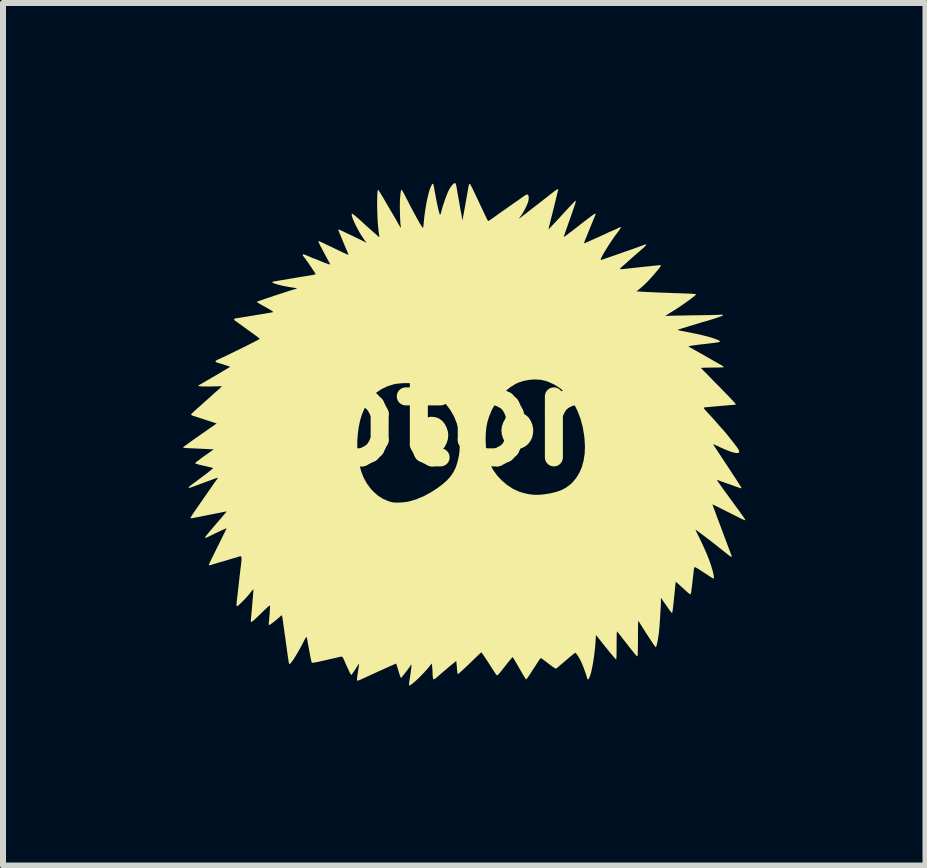
<source format=kicad_pcb>
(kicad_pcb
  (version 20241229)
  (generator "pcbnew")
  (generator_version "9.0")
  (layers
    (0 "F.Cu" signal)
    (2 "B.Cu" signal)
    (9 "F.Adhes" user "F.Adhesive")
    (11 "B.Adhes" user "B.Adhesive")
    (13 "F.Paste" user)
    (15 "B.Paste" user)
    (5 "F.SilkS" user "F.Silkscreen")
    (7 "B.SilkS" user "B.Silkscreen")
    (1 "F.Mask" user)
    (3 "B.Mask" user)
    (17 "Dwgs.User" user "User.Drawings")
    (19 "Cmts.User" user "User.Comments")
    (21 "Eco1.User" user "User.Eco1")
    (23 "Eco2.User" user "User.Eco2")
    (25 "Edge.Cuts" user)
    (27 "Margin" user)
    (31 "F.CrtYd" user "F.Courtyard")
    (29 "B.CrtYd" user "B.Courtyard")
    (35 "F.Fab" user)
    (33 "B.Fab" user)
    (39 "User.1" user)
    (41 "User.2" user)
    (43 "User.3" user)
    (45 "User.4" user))
  (footprint "totoro"
    (layer "F.Cu")
    (at 4.726 3.88)
    (property "Reference" "totoro" (at 0 0 0) (layer "F.SilkS") (effects (font (size 1.524 1.524) (thickness 0.3))))
    (attr board_only exclude_from_pos_files exclude_from_bom)
    (fp_poly (pts (xy -0.517 0.021) (xy -0.459 0.044) (xy -0.409 0.081) (xy -0.367 0.131) (xy -0.335 0.195) (xy -0.313 0.265) (xy -0.308 0.327) (xy -0.316 0.391) (xy -0.336 0.453) (xy -0.366 0.511) (xy -0.405 0.561) (xy -0.452 0.599) (xy -0.47 0.61) (xy -0.506 0.623) (xy -0.55 0.631) (xy -0.596 0.634) (xy -0.636 0.631) (xy -0.651 0.628) (xy -0.702 0.604) (xy -0.749 0.565) (xy -0.791 0.515) (xy -0.824 0.455) (xy -0.832 0.435) (xy -0.846 0.377) (xy -0.849 0.312) (xy -0.841 0.247) (xy -0.822 0.186) (xy -0.818 0.178) (xy -0.782 0.116) (xy -0.736 0.068) (xy -0.684 0.035) (xy -0.624 0.016) (xy -0.582 0.013)) (stroke (width 0) (type solid)) (fill yes) (layer "F.SilkS"))
    (fp_poly (pts (xy 0.883 -0.055) (xy 0.909 -0.052) (xy 0.928 -0.047) (xy 0.947 -0.038) (xy 0.959 -0.031) (xy 0.996 -0.005) (xy 1.024 0.019) (xy 1.046 0.048) (xy 1.066 0.081) (xy 1.093 0.147) (xy 1.107 0.217) (xy 1.105 0.287) (xy 1.09 0.355) (xy 1.06 0.418) (xy 1.026 0.463) (xy 0.979 0.503) (xy 0.926 0.532) (xy 0.869 0.548) (xy 0.813 0.549) (xy 0.785 0.544) (xy 0.73 0.521) (xy 0.68 0.484) (xy 0.639 0.436) (xy 0.607 0.379) (xy 0.586 0.315) (xy 0.577 0.246) (xy 0.577 0.241) (xy 0.585 0.176) (xy 0.605 0.113) (xy 0.637 0.054) (xy 0.679 0.004) (xy 0.728 -0.033) (xy 0.734 -0.037) (xy 0.755 -0.046) (xy 0.779 -0.052) (xy 0.81 -0.055) (xy 0.845 -0.055)) (stroke (width 0) (type solid)) (fill yes) (layer "F.SilkS"))
    (fp_poly (pts (xy -0.191 -3.878) (xy -0.185 -3.871) (xy -0.18 -3.857) (xy -0.174 -3.832) (xy -0.167 -3.795) (xy -0.162 -3.767) (xy -0.155 -3.722) (xy -0.147 -3.678) (xy -0.141 -3.642) (xy -0.136 -3.618) (xy -0.136 -3.616) (xy -0.131 -3.591) (xy -0.125 -3.555) (xy -0.118 -3.514) (xy -0.114 -3.493) (xy -0.106 -3.445) (xy -0.096 -3.393) (xy -0.087 -3.345) (xy -0.085 -3.332) (xy -0.071 -3.256) (xy -0.065 -3.294) (xy -0.059 -3.327) (xy -0.053 -3.363) (xy -0.05 -3.374) (xy -0.046 -3.401) (xy -0.039 -3.438) (xy -0.031 -3.481) (xy -0.025 -3.515) (xy -0.017 -3.562) (xy -0.008 -3.612) (xy -0.00004 -3.657) (xy 0.004 -3.68) (xy 0.012 -3.723) (xy 0.02 -3.77) (xy 0.027 -3.81) (xy 0.033 -3.839) (xy 0.04 -3.861) (xy 0.046 -3.871) (xy 0.047 -3.871) (xy 0.054 -3.864) (xy 0.066 -3.844) (xy 0.082 -3.815) (xy 0.1 -3.779) (xy 0.102 -3.776) (xy 0.141 -3.693) (xy 0.175 -3.622) (xy 0.203 -3.562) (xy 0.228 -3.509) (xy 0.252 -3.46) (xy 0.274 -3.412) (xy 0.288 -3.383) (xy 0.311 -3.334) (xy 0.328 -3.298) (xy 0.34 -3.274) (xy 0.348 -3.259) (xy 0.353 -3.251) (xy 0.357 -3.247) (xy 0.359 -3.247) (xy 0.367 -3.252) (xy 0.386 -3.264) (xy 0.409 -3.279) (xy 0.49 -3.337) (xy 0.565 -3.391) (xy 0.634 -3.439) (xy 0.695 -3.482) (xy 0.746 -3.518) (xy 0.786 -3.546) (xy 0.806 -3.56) (xy 0.846 -3.587) (xy 0.889 -3.618) (xy 0.929 -3.646) (xy 0.932 -3.649) (xy 0.961 -3.669) (xy 0.986 -3.683) (xy 1.004 -3.691) (xy 1.008 -3.691) (xy 1.023 -3.68) (xy 1.031 -3.657) (xy 1.032 -3.624) (xy 1.026 -3.584) (xy 1.019 -3.557) (xy 1.002 -3.514) (xy 0.978 -3.463) (xy 0.95 -3.41) (xy 0.92 -3.36) (xy 0.891 -3.319) (xy 0.888 -3.315) (xy 0.88 -3.305) (xy 0.874 -3.297) (xy 0.872 -3.292) (xy 0.874 -3.292) (xy 0.881 -3.296) (xy 0.894 -3.305) (xy 0.916 -3.321) (xy 0.945 -3.344) (xy 0.985 -3.374) (xy 1.035 -3.413) (xy 1.096 -3.461) (xy 1.138 -3.493) (xy 1.197 -3.539) (xy 1.254 -3.583) (xy 1.307 -3.625) (xy 1.355 -3.662) (xy 1.395 -3.694) (xy 1.425 -3.717) (xy 1.44 -3.729) (xy 1.477 -3.756) (xy 1.504 -3.772) (xy 1.521 -3.778) (xy 1.526 -3.772) (xy 1.524 -3.763) (xy 1.518 -3.747) (xy 1.511 -3.72) (xy 1.507 -3.701) (xy 1.501 -3.678) (xy 1.492 -3.643) (xy 1.481 -3.595) (xy 1.466 -3.534) (xy 1.447 -3.459) (xy 1.425 -3.369) (xy 1.398 -3.264) (xy 1.389 -3.226) (xy 1.379 -3.184) (xy 1.37 -3.149) (xy 1.365 -3.124) (xy 1.362 -3.11) (xy 1.362 -3.109) (xy 1.368 -3.115) (xy 1.384 -3.131) (xy 1.409 -3.157) (xy 1.441 -3.192) (xy 1.479 -3.232) (xy 1.522 -3.278) (xy 1.546 -3.304) (xy 1.608 -3.372) (xy 1.661 -3.429) (xy 1.703 -3.475) (xy 1.738 -3.511) (xy 1.764 -3.539) (xy 1.784 -3.56) (xy 1.798 -3.574) (xy 1.807 -3.582) (xy 1.813 -3.586) (xy 1.815 -3.586) (xy 1.816 -3.584) (xy 1.816 -3.58) (xy 1.816 -3.578) (xy 1.814 -3.565) (xy 1.807 -3.539) (xy 1.794 -3.499) (xy 1.776 -3.445) (xy 1.752 -3.376) (xy 1.722 -3.292) (xy 1.711 -3.26) (xy 1.684 -3.184) (xy 1.661 -3.118) (xy 1.642 -3.065) (xy 1.628 -3.023) (xy 1.62 -2.996) (xy 1.617 -2.983) (xy 1.617 -2.982) (xy 1.618 -2.982) (xy 1.622 -2.984) (xy 1.629 -2.988) (xy 1.641 -2.997) (xy 1.659 -3.01) (xy 1.683 -3.028) (xy 1.715 -3.053) (xy 1.756 -3.084) (xy 1.807 -3.123) (xy 1.869 -3.172) (xy 1.943 -3.229) (xy 2.003 -3.275) (xy 2.051 -3.312) (xy 2.088 -3.34) (xy 2.115 -3.358) (xy 2.133 -3.369) (xy 2.143 -3.371) (xy 2.146 -3.367) (xy 2.144 -3.355) (xy 2.138 -3.338) (xy 2.128 -3.314) (xy 2.127 -3.311) (xy 2.119 -3.292) (xy 2.106 -3.261) (xy 2.089 -3.22) (xy 2.07 -3.173) (xy 2.049 -3.121) (xy 2.027 -3.068) (xy 2.007 -3.017) (xy 1.988 -2.971) (xy 1.972 -2.932) (xy 1.961 -2.903) (xy 1.955 -2.888) (xy 1.954 -2.881) (xy 1.959 -2.879) (xy 1.973 -2.883) (xy 1.998 -2.893) (xy 2.035 -2.909) (xy 2.05 -2.916) (xy 2.083 -2.932) (xy 2.111 -2.944) (xy 2.129 -2.952) (xy 2.135 -2.954) (xy 2.143 -2.958) (xy 2.163 -2.967) (xy 2.192 -2.98) (xy 2.208 -2.987) (xy 2.279 -3.02) (xy 2.334 -3.045) (xy 2.374 -3.064) (xy 2.401 -3.076) (xy 2.414 -3.081) (xy 2.415 -3.082) (xy 2.423 -3.085) (xy 2.442 -3.093) (xy 2.469 -3.105) (xy 2.497 -3.118) (xy 2.525 -3.131) (xy 2.546 -3.141) (xy 2.557 -3.147) (xy 2.566 -3.144) (xy 2.567 -3.143) (xy 2.564 -3.133) (xy 2.552 -3.114) (xy 2.534 -3.087) (xy 2.51 -3.055) (xy 2.509 -3.053) (xy 2.472 -3.004) (xy 2.434 -2.95) (xy 2.397 -2.895) (xy 2.361 -2.84) (xy 2.327 -2.786) (xy 2.296 -2.736) (xy 2.27 -2.691) (xy 2.25 -2.653) (xy 2.236 -2.624) (xy 2.23 -2.606) (xy 2.231 -2.6) (xy 2.236 -2.6) (xy 2.245 -2.602) (xy 2.26 -2.606) (xy 2.283 -2.614) (xy 2.316 -2.625) (xy 2.359 -2.64) (xy 2.414 -2.659) (xy 2.483 -2.683) (xy 2.534 -2.701) (xy 2.588 -2.72) (xy 2.649 -2.742) (xy 2.708 -2.762) (xy 2.759 -2.78) (xy 2.759 -2.78) (xy 2.805 -2.796) (xy 2.852 -2.813) (xy 2.894 -2.828) (xy 2.923 -2.839) (xy 2.955 -2.851) (xy 2.975 -2.858) (xy 2.984 -2.86) (xy 2.988 -2.857) (xy 2.988 -2.852) (xy 2.988 -2.85) (xy 2.982 -2.84) (xy 2.966 -2.823) (xy 2.942 -2.8) (xy 2.922 -2.783) (xy 2.893 -2.757) (xy 2.866 -2.734) (xy 2.846 -2.717) (xy 2.839 -2.711) (xy 2.826 -2.699) (xy 2.803 -2.679) (xy 2.775 -2.654) (xy 2.755 -2.636) (xy 2.726 -2.611) (xy 2.703 -2.591) (xy 2.687 -2.577) (xy 2.683 -2.572) (xy 2.675 -2.565) (xy 2.657 -2.549) (xy 2.632 -2.527) (xy 2.608 -2.506) (xy 2.578 -2.48) (xy 2.56 -2.462) (xy 2.553 -2.451) (xy 2.559 -2.446) (xy 2.578 -2.445) (xy 2.613 -2.448) (xy 2.66 -2.454) (xy 2.718 -2.46) (xy 2.781 -2.467) (xy 2.848 -2.474) (xy 2.916 -2.482) (xy 2.982 -2.489) (xy 3.045 -2.495) (xy 3.102 -2.501) (xy 3.151 -2.506) (xy 3.189 -2.51) (xy 3.215 -2.512) (xy 3.224 -2.513) (xy 3.232 -2.51) (xy 3.233 -2.502) (xy 3.224 -2.486) (xy 3.206 -2.461) (xy 3.177 -2.426) (xy 3.173 -2.421) (xy 3.089 -2.323) (xy 3.013 -2.24) (xy 2.943 -2.172) (xy 2.901 -2.135) (xy 2.828 -2.076) (xy 2.919 -2.07) (xy 2.957 -2.068) (xy 3.009 -2.065) (xy 3.075 -2.062) (xy 3.152 -2.059) (xy 3.238 -2.055) (xy 3.331 -2.052) (xy 3.429 -2.048) (xy 3.53 -2.045) (xy 3.632 -2.041) (xy 3.653 -2.04) (xy 3.717 -2.038) (xy 3.765 -2.035) (xy 3.797 -2.032) (xy 3.815 -2.029) (xy 3.82 -2.025) (xy 3.813 -2.016) (xy 3.794 -1.999) (xy 3.765 -1.976) (xy 3.727 -1.947) (xy 3.683 -1.915) (xy 3.635 -1.881) (xy 3.584 -1.845) (xy 3.532 -1.81) (xy 3.482 -1.777) (xy 3.435 -1.748) (xy 3.417 -1.737) (xy 3.372 -1.709) (xy 3.341 -1.689) (xy 3.322 -1.676) (xy 3.314 -1.668) (xy 3.317 -1.665) (xy 3.33 -1.666) (xy 3.336 -1.667) (xy 3.351 -1.668) (xy 3.38 -1.669) (xy 3.423 -1.67) (xy 3.477 -1.672) (xy 3.541 -1.673) (xy 3.613 -1.674) (xy 3.69 -1.676) (xy 3.752 -1.677) (xy 3.834 -1.678) (xy 3.913 -1.679) (xy 3.987 -1.68) (xy 4.054 -1.681) (xy 4.112 -1.683) (xy 4.158 -1.684) (xy 4.191 -1.685) (xy 4.204 -1.686) (xy 4.241 -1.688) (xy 4.263 -1.686) (xy 4.271 -1.682) (xy 4.264 -1.674) (xy 4.242 -1.663) (xy 4.205 -1.649) (xy 4.153 -1.631) (xy 4.085 -1.61) (xy 4 -1.584) (xy 3.939 -1.566) (xy 3.91 -1.558) (xy 3.87 -1.546) (xy 3.822 -1.531) (xy 3.77 -1.515) (xy 3.715 -1.499) (xy 3.661 -1.482) (xy 3.611 -1.467) (xy 3.568 -1.454) (xy 3.535 -1.443) (xy 3.515 -1.437) (xy 3.515 -1.437) (xy 3.512 -1.435) (xy 3.513 -1.433) (xy 3.522 -1.43) (xy 3.538 -1.426) (xy 3.564 -1.42) (xy 3.602 -1.413) (xy 3.653 -1.403) (xy 3.718 -1.39) (xy 3.726 -1.388) (xy 3.826 -1.368) (xy 3.918 -1.347) (xy 4.001 -1.326) (xy 4.074 -1.306) (xy 4.133 -1.286) (xy 4.178 -1.268) (xy 4.187 -1.264) (xy 4.206 -1.254) (xy 4.217 -1.246) (xy 4.218 -1.239) (xy 4.21 -1.233) (xy 4.189 -1.228) (xy 4.156 -1.223) (xy 4.108 -1.216) (xy 4.054 -1.21) (xy 3.964 -1.199) (xy 3.889 -1.191) (xy 3.829 -1.183) (xy 3.782 -1.177) (xy 3.747 -1.172) (xy 3.722 -1.168) (xy 3.706 -1.164) (xy 3.699 -1.16) (xy 3.697 -1.156) (xy 3.701 -1.152) (xy 3.709 -1.148) (xy 3.715 -1.145) (xy 3.728 -1.138) (xy 3.753 -1.124) (xy 3.789 -1.103) (xy 3.834 -1.078) (xy 3.885 -1.049) (xy 3.941 -1.018) (xy 3.999 -0.985) (xy 4.058 -0.951) (xy 4.115 -0.918) (xy 4.169 -0.888) (xy 4.217 -0.86) (xy 4.234 -0.851) (xy 4.259 -0.835) (xy 4.276 -0.822) (xy 4.282 -0.814) (xy 4.282 -0.813) (xy 4.273 -0.811) (xy 4.249 -0.81) (xy 4.213 -0.808) (xy 4.168 -0.807) (xy 4.115 -0.807) (xy 4.091 -0.806) (xy 4.034 -0.806) (xy 3.984 -0.805) (xy 3.945 -0.804) (xy 3.918 -0.802) (xy 3.906 -0.799) (xy 3.905 -0.799) (xy 3.911 -0.788) (xy 3.911 -0.788) (xy 3.919 -0.781) (xy 3.936 -0.764) (xy 3.962 -0.738) (xy 3.994 -0.706) (xy 4.031 -0.668) (xy 4.049 -0.649) (xy 4.096 -0.601) (xy 4.15 -0.545) (xy 4.209 -0.486) (xy 4.266 -0.427) (xy 4.319 -0.372) (xy 4.332 -0.36) (xy 4.373 -0.317) (xy 4.409 -0.279) (xy 4.44 -0.246) (xy 4.464 -0.22) (xy 4.478 -0.202) (xy 4.482 -0.196) (xy 4.475 -0.188) (xy 4.467 -0.187) (xy 4.455 -0.186) (xy 4.428 -0.184) (xy 4.388 -0.181) (xy 4.337 -0.177) (xy 4.278 -0.172) (xy 4.212 -0.166) (xy 4.142 -0.16) (xy 4.07 -0.153) (xy 4.001 -0.147) (xy 3.977 -0.145) (xy 3.96 -0.143) (xy 3.951 -0.139) (xy 3.95 -0.13) (xy 3.959 -0.116) (xy 3.977 -0.095) (xy 4.005 -0.064) (xy 4.037 -0.029) (xy 4.074 0.011) (xy 4.114 0.055) (xy 4.151 0.097) (xy 4.177 0.127) (xy 4.203 0.157) (xy 4.224 0.181) (xy 4.239 0.198) (xy 4.245 0.204) (xy 4.261 0.221) (xy 4.286 0.249) (xy 4.316 0.285) (xy 4.351 0.327) (xy 4.387 0.373) (xy 4.423 0.418) (xy 4.457 0.462) (xy 4.486 0.501) (xy 4.509 0.532) (xy 4.524 0.554) (xy 4.524 0.554) (xy 4.538 0.584) (xy 4.538 0.604) (xy 4.524 0.616) (xy 4.496 0.618) (xy 4.456 0.612) (xy 4.402 0.596) (xy 4.335 0.571) (xy 4.256 0.537) (xy 4.207 0.514) (xy 4.17 0.497) (xy 4.138 0.483) (xy 4.116 0.473) (xy 4.105 0.469) (xy 4.104 0.469) (xy 4.108 0.476) (xy 4.12 0.496) (xy 4.138 0.524) (xy 4.161 0.56) (xy 4.181 0.59) (xy 4.261 0.711) (xy 4.332 0.819) (xy 4.394 0.912) (xy 4.446 0.993) (xy 4.49 1.059) (xy 4.524 1.113) (xy 4.55 1.153) (xy 4.567 1.181) (xy 4.575 1.195) (xy 4.576 1.198) (xy 4.575 1.202) (xy 4.572 1.204) (xy 4.565 1.203) (xy 4.551 1.2) (xy 4.528 1.192) (xy 4.494 1.18) (xy 4.446 1.163) (xy 4.436 1.159) (xy 4.388 1.142) (xy 4.34 1.125) (xy 4.296 1.11) (xy 4.263 1.098) (xy 4.262 1.098) (xy 4.229 1.086) (xy 4.202 1.076) (xy 4.185 1.069) (xy 4.183 1.068) (xy 4.176 1.065) (xy 4.171 1.063) (xy 4.169 1.064) (xy 4.17 1.07) (xy 4.176 1.081) (xy 4.188 1.098) (xy 4.205 1.123) (xy 4.229 1.157) (xy 4.26 1.201) (xy 4.3 1.256) (xy 4.349 1.323) (xy 4.362 1.341) (xy 4.4 1.393) (xy 4.443 1.452) (xy 4.487 1.513) (xy 4.529 1.57) (xy 4.545 1.591) (xy 4.574 1.633) (xy 4.601 1.67) (xy 4.622 1.701) (xy 4.636 1.724) (xy 4.642 1.734) (xy 4.639 1.737) (xy 4.627 1.734) (xy 4.604 1.725) (xy 4.571 1.71) (xy 4.526 1.688) (xy 4.468 1.659) (xy 4.396 1.623) (xy 4.369 1.609) (xy 4.306 1.577) (xy 4.248 1.548) (xy 4.197 1.522) (xy 4.154 1.501) (xy 4.121 1.485) (xy 4.1 1.475) (xy 4.092 1.472) (xy 4.092 1.472) (xy 4.095 1.481) (xy 4.103 1.503) (xy 4.116 1.538) (xy 4.133 1.583) (xy 4.153 1.637) (xy 4.175 1.698) (xy 4.2 1.764) (xy 4.226 1.834) (xy 4.253 1.905) (xy 4.279 1.976) (xy 4.305 2.045) (xy 4.33 2.11) (xy 4.352 2.17) (xy 4.372 2.222) (xy 4.388 2.265) (xy 4.4 2.298) (xy 4.407 2.315) (xy 4.413 2.335) (xy 4.413 2.347) (xy 4.412 2.348) (xy 4.404 2.345) (xy 4.385 2.334) (xy 4.359 2.315) (xy 4.328 2.291) (xy 4.328 2.291) (xy 4.253 2.231) (xy 4.187 2.179) (xy 4.128 2.132) (xy 4.07 2.087) (xy 4.011 2.042) (xy 3.951 1.996) (xy 3.909 1.965) (xy 3.872 1.938) (xy 3.842 1.915) (xy 3.821 1.9) (xy 3.811 1.893) (xy 3.81 1.893) (xy 3.813 1.9) (xy 3.821 1.92) (xy 3.835 1.949) (xy 3.853 1.986) (xy 3.863 2.006) (xy 3.885 2.051) (xy 3.907 2.096) (xy 3.926 2.137) (xy 3.94 2.168) (xy 3.943 2.173) (xy 3.958 2.207) (xy 3.972 2.24) (xy 3.982 2.262) (xy 4.008 2.322) (xy 4.032 2.383) (xy 4.054 2.444) (xy 4.074 2.504) (xy 4.091 2.559) (xy 4.104 2.609) (xy 4.113 2.651) (xy 4.117 2.682) (xy 4.116 2.702) (xy 4.11 2.708) (xy 4.1 2.704) (xy 4.08 2.692) (xy 4.051 2.674) (xy 4.023 2.656) (xy 3.981 2.628) (xy 3.934 2.598) (xy 3.891 2.569) (xy 3.873 2.558) (xy 3.843 2.539) (xy 3.817 2.525) (xy 3.8 2.517) (xy 3.795 2.517) (xy 3.79 2.527) (xy 3.785 2.549) (xy 3.782 2.57) (xy 3.779 2.6) (xy 3.774 2.641) (xy 3.768 2.69) (xy 3.762 2.743) (xy 3.756 2.796) (xy 3.75 2.847) (xy 3.744 2.89) (xy 3.741 2.922) (xy 3.739 2.935) (xy 3.734 2.957) (xy 3.727 2.97) (xy 3.724 2.971) (xy 3.713 2.966) (xy 3.694 2.952) (xy 3.68 2.94) (xy 3.661 2.922) (xy 3.632 2.896) (xy 3.599 2.866) (xy 3.564 2.834) (xy 3.563 2.833) (xy 3.533 2.806) (xy 3.508 2.784) (xy 3.489 2.769) (xy 3.481 2.764) (xy 3.48 2.764) (xy 3.479 2.775) (xy 3.477 2.799) (xy 3.473 2.834) (xy 3.469 2.876) (xy 3.468 2.891) (xy 3.462 2.946) (xy 3.455 3.01) (xy 3.449 3.076) (xy 3.443 3.136) (xy 3.442 3.141) (xy 3.437 3.187) (xy 3.432 3.226) (xy 3.427 3.257) (xy 3.423 3.276) (xy 3.422 3.28) (xy 3.418 3.28) (xy 3.411 3.276) (xy 3.401 3.264) (xy 3.386 3.245) (xy 3.365 3.216) (xy 3.337 3.176) (xy 3.301 3.124) (xy 3.286 3.104) (xy 3.234 3.028) (xy 3.234 3.082) (xy 3.234 3.12) (xy 3.232 3.172) (xy 3.228 3.233) (xy 3.224 3.3) (xy 3.22 3.371) (xy 3.215 3.441) (xy 3.21 3.508) (xy 3.205 3.567) (xy 3.2 3.615) (xy 3.196 3.646) (xy 3.187 3.706) (xy 3.178 3.758) (xy 3.168 3.801) (xy 3.16 3.832) (xy 3.152 3.849) (xy 3.147 3.852) (xy 3.14 3.844) (xy 3.126 3.824) (xy 3.105 3.795) (xy 3.08 3.757) (xy 3.05 3.713) (xy 3.019 3.665) (xy 2.987 3.616) (xy 2.956 3.567) (xy 2.927 3.521) (xy 2.901 3.48) (xy 2.895 3.469) (xy 2.878 3.443) (xy 2.865 3.424) (xy 2.857 3.415) (xy 2.856 3.415) (xy 2.855 3.424) (xy 2.855 3.447) (xy 2.854 3.484) (xy 2.853 3.532) (xy 2.853 3.59) (xy 2.852 3.654) (xy 2.852 3.708) (xy 2.852 3.776) (xy 2.851 3.839) (xy 2.85 3.895) (xy 2.849 3.941) (xy 2.848 3.975) (xy 2.846 3.996) (xy 2.845 4.002) (xy 2.841 4.003) (xy 2.837 4.002) (xy 2.83 3.997) (xy 2.819 3.986) (xy 2.804 3.969) (xy 2.784 3.944) (xy 2.757 3.91) (xy 2.721 3.866) (xy 2.677 3.809) (xy 2.669 3.799) (xy 2.63 3.749) (xy 2.594 3.703) (xy 2.562 3.662) (xy 2.536 3.629) (xy 2.517 3.605) (xy 2.507 3.593) (xy 2.507 3.591) (xy 2.503 3.591) (xy 2.501 3.598) (xy 2.499 3.614) (xy 2.498 3.641) (xy 2.497 3.681) (xy 2.497 3.734) (xy 2.496 3.803) (xy 2.496 3.816) (xy 2.496 3.891) (xy 2.496 3.953) (xy 2.494 4.001) (xy 2.492 4.035) (xy 2.49 4.053) (xy 2.488 4.056) (xy 2.481 4.05) (xy 2.465 4.033) (xy 2.441 4.005) (xy 2.41 3.969) (xy 2.374 3.926) (xy 2.335 3.877) (xy 2.316 3.854) (xy 2.152 3.648) (xy 2.146 3.749) (xy 2.141 3.822) (xy 2.133 3.899) (xy 2.124 3.978) (xy 2.113 4.055) (xy 2.101 4.129) (xy 2.088 4.196) (xy 2.076 4.254) (xy 2.064 4.3) (xy 2.055 4.325) (xy 2.047 4.346) (xy 2.039 4.366) (xy 2.028 4.384) (xy 2.017 4.389) (xy 2.009 4.38) (xy 2.008 4.378) (xy 1.984 4.297) (xy 1.956 4.218) (xy 1.927 4.144) (xy 1.897 4.077) (xy 1.868 4.023) (xy 1.849 3.993) (xy 1.833 3.97) (xy 1.82 3.952) (xy 1.815 3.944) (xy 1.807 3.947) (xy 1.789 3.958) (xy 1.763 3.978) (xy 1.732 4.003) (xy 1.721 4.012) (xy 1.684 4.044) (xy 1.647 4.076) (xy 1.613 4.104) (xy 1.589 4.125) (xy 1.588 4.126) (xy 1.56 4.149) (xy 1.533 4.172) (xy 1.516 4.187) (xy 1.497 4.202) (xy 1.48 4.208) (xy 1.477 4.208) (xy 1.466 4.202) (xy 1.445 4.187) (xy 1.415 4.166) (xy 1.379 4.139) (xy 1.353 4.119) (xy 1.315 4.09) (xy 1.282 4.065) (xy 1.256 4.046) (xy 1.239 4.035) (xy 1.234 4.032) (xy 1.226 4.039) (xy 1.212 4.057) (xy 1.195 4.082) (xy 1.189 4.092) (xy 1.17 4.12) (xy 1.146 4.159) (xy 1.117 4.203) (xy 1.087 4.249) (xy 1.074 4.27) (xy 1.048 4.31) (xy 1.025 4.344) (xy 1.006 4.37) (xy 0.993 4.385) (xy 0.989 4.389) (xy 0.982 4.382) (xy 0.969 4.362) (xy 0.95 4.331) (xy 0.926 4.291) (xy 0.899 4.244) (xy 0.875 4.202) (xy 0.846 4.151) (xy 0.82 4.106) (xy 0.797 4.068) (xy 0.78 4.039) (xy 0.768 4.022) (xy 0.764 4.017) (xy 0.756 4.025) (xy 0.738 4.045) (xy 0.71 4.078) (xy 0.673 4.124) (xy 0.626 4.184) (xy 0.583 4.238) (xy 0.557 4.27) (xy 0.534 4.296) (xy 0.517 4.314) (xy 0.507 4.321) (xy 0.507 4.321) (xy 0.504 4.321) (xy 0.5 4.318) (xy 0.494 4.312) (xy 0.486 4.302) (xy 0.474 4.285) (xy 0.458 4.261) (xy 0.437 4.228) (xy 0.408 4.184) (xy 0.373 4.129) (xy 0.341 4.079) (xy 0.312 4.036) (xy 0.287 3.998) (xy 0.266 3.967) (xy 0.25 3.947) (xy 0.242 3.938) (xy 0.241 3.938) (xy 0.233 3.945) (xy 0.215 3.962) (xy 0.187 3.988) (xy 0.153 4.021) (xy 0.112 4.06) (xy 0.067 4.104) (xy 0.049 4.121) (xy 0.002 4.166) (xy -0.04 4.206) (xy -0.078 4.241) (xy -0.109 4.27) (xy -0.132 4.289) (xy -0.144 4.299) (xy -0.146 4.3) (xy -0.152 4.294) (xy -0.156 4.276) (xy -0.16 4.244) (xy -0.164 4.197) (xy -0.164 4.192) (xy -0.168 4.151) (xy -0.171 4.117) (xy -0.174 4.094) (xy -0.177 4.084) (xy -0.177 4.083) (xy -0.185 4.089) (xy -0.204 4.104) (xy -0.231 4.127) (xy -0.267 4.156) (xy -0.308 4.19) (xy -0.353 4.228) (xy -0.399 4.268) (xy -0.446 4.308) (xy -0.492 4.348) (xy -0.497 4.352) (xy -0.52 4.371) (xy -0.539 4.384) (xy -0.549 4.389) (xy -0.558 4.383) (xy -0.564 4.363) (xy -0.568 4.329) (xy -0.57 4.291) (xy -0.571 4.25) (xy -0.574 4.206) (xy -0.576 4.178) (xy -0.582 4.123) (xy -0.634 4.187) (xy -0.671 4.23) (xy -0.714 4.277) (xy -0.759 4.324) (xy -0.804 4.369) (xy -0.847 4.409) (xy -0.883 4.441) (xy -0.901 4.455) (xy -0.928 4.475) (xy -0.945 4.486) (xy -0.955 4.49) (xy -0.96 4.487) (xy -0.962 4.484) (xy -0.962 4.474) (xy -0.96 4.451) (xy -0.956 4.419) (xy -0.954 4.406) (xy -0.946 4.354) (xy -0.938 4.302) (xy -0.932 4.253) (xy -0.926 4.21) (xy -0.923 4.176) (xy -0.922 4.152) (xy -0.923 4.143) (xy -0.93 4.145) (xy -0.931 4.148) (xy -0.938 4.159) (xy -0.952 4.181) (xy -0.973 4.209) (xy -0.996 4.241) (xy -1.022 4.274) (xy -1.046 4.306) (xy -1.068 4.333) (xy -1.084 4.353) (xy -1.094 4.363) (xy -1.095 4.364) (xy -1.101 4.356) (xy -1.109 4.336) (xy -1.119 4.308) (xy -1.121 4.302) (xy -1.131 4.269) (xy -1.14 4.239) (xy -1.146 4.22) (xy -1.146 4.219) (xy -1.153 4.197) (xy -1.161 4.169) (xy -1.163 4.162) (xy -1.17 4.14) (xy -1.177 4.127) (xy -1.179 4.126) (xy -1.188 4.129) (xy -1.211 4.139) (xy -1.245 4.154) (xy -1.29 4.174) (xy -1.343 4.198) (xy -1.403 4.225) (xy -1.468 4.254) (xy -1.536 4.285) (xy -1.606 4.317) (xy -1.676 4.349) (xy -1.743 4.38) (xy -1.765 4.39) (xy -1.793 4.402) (xy -1.815 4.408) (xy -1.826 4.408) (xy -1.826 4.408) (xy -1.829 4.402) (xy -1.829 4.388) (xy -1.827 4.364) (xy -1.823 4.33) (xy -1.816 4.282) (xy -1.808 4.232) (xy -1.803 4.197) (xy -1.798 4.164) (xy -1.795 4.147) (xy -1.794 4.135) (xy -1.796 4.131) (xy -1.802 4.136) (xy -1.813 4.152) (xy -1.831 4.179) (xy -1.852 4.213) (xy -1.875 4.249) (xy -1.896 4.279) (xy -1.912 4.301) (xy -1.922 4.312) (xy -1.923 4.313) (xy -1.932 4.305) (xy -1.943 4.287) (xy -1.953 4.268) (xy -1.966 4.238) (xy -1.983 4.201) (xy -2.001 4.162) (xy -2.004 4.156) (xy -2.021 4.119) (xy -2.037 4.082) (xy -2.051 4.052) (xy -2.053 4.047) (xy -2.063 4.025) (xy -2.074 4.013) (xy -2.088 4.009) (xy -2.111 4.012) (xy -2.14 4.019) (xy -2.173 4.027) (xy -2.214 4.036) (xy -2.245 4.044) (xy -2.275 4.05) (xy -2.316 4.06) (xy -2.365 4.071) (xy -2.417 4.082) (xy -2.44 4.088) (xy -2.485 4.098) (xy -2.525 4.105) (xy -2.556 4.11) (xy -2.576 4.112) (xy -2.581 4.112) (xy -2.585 4.101) (xy -2.591 4.077) (xy -2.598 4.045) (xy -2.602 4.028) (xy -2.61 3.985) (xy -2.618 3.939) (xy -2.626 3.899) (xy -2.627 3.892) (xy -2.635 3.85) (xy -2.644 3.804) (xy -2.649 3.773) (xy -2.657 3.73) (xy -2.662 3.701) (xy -2.668 3.686) (xy -2.676 3.685) (xy -2.687 3.699) (xy -2.702 3.728) (xy -2.724 3.771) (xy -2.727 3.778) (xy -2.76 3.84) (xy -2.794 3.901) (xy -2.827 3.959) (xy -2.859 4.011) (xy -2.888 4.057) (xy -2.914 4.093) (xy -2.935 4.119) (xy -2.949 4.133) (xy -2.953 4.134) (xy -2.959 4.127) (xy -2.965 4.108) (xy -2.967 4.098) (xy -2.971 4.069) (xy -2.976 4.033) (xy -2.98 4.011) (xy -2.984 3.984) (xy -2.989 3.945) (xy -2.996 3.898) (xy -3.002 3.848) (xy -3.005 3.829) (xy -3.012 3.778) (xy -3.019 3.73) (xy -3.025 3.687) (xy -3.029 3.655) (xy -3.031 3.646) (xy -3.035 3.62) (xy -3.04 3.581) (xy -3.047 3.534) (xy -3.054 3.483) (xy -3.057 3.459) (xy -3.063 3.413) (xy -3.069 3.374) (xy -3.074 3.343) (xy -3.077 3.324) (xy -3.078 3.32) (xy -3.086 3.323) (xy -3.101 3.335) (xy -3.114 3.346) (xy -3.162 3.387) (xy -3.205 3.423) (xy -3.241 3.451) (xy -3.268 3.47) (xy -3.285 3.48) (xy -3.289 3.481) (xy -3.298 3.477) (xy -3.3 3.464) (xy -3.298 3.449) (xy -3.295 3.419) (xy -3.291 3.38) (xy -3.288 3.337) (xy -3.284 3.292) (xy -3.281 3.248) (xy -3.279 3.21) (xy -3.278 3.18) (xy -3.277 3.163) (xy -3.278 3.159) (xy -3.281 3.158) (xy -3.289 3.162) (xy -3.304 3.173) (xy -3.325 3.191) (xy -3.353 3.217) (xy -3.391 3.253) (xy -3.439 3.3) (xy -3.487 3.346) (xy -3.523 3.38) (xy -3.553 3.407) (xy -3.576 3.425) (xy -3.589 3.433) (xy -3.592 3.433) (xy -3.597 3.421) (xy -3.597 3.394) (xy -3.596 3.388) (xy -3.594 3.367) (xy -3.591 3.333) (xy -3.587 3.289) (xy -3.582 3.238) (xy -3.578 3.188) (xy -3.573 3.131) (xy -3.569 3.075) (xy -3.564 3.024) (xy -3.561 2.981) (xy -3.559 2.956) (xy -3.556 2.924) (xy -3.555 2.9) (xy -3.556 2.888) (xy -3.557 2.887) (xy -3.564 2.893) (xy -3.578 2.91) (xy -3.597 2.934) (xy -3.604 2.943) (xy -3.628 2.974) (xy -3.658 3.008) (xy -3.691 3.044) (xy -3.725 3.079) (xy -3.757 3.111) (xy -3.785 3.138) (xy -3.807 3.157) (xy -3.821 3.166) (xy -3.823 3.167) (xy -3.828 3.166) (xy -3.832 3.165) (xy -3.834 3.16) (xy -3.836 3.15) (xy -3.835 3.133) (xy -3.834 3.109) (xy -3.83 3.075) (xy -3.825 3.029) (xy -3.818 2.97) (xy -3.81 2.896) (xy -3.808 2.878) (xy -3.801 2.822) (xy -3.794 2.758) (xy -3.787 2.696) (xy -3.782 2.653) (xy -3.776 2.604) (xy -3.771 2.554) (xy -3.765 2.51) (xy -3.761 2.479) (xy -3.755 2.424) (xy -3.752 2.384) (xy -3.753 2.357) (xy -3.759 2.342) (xy -3.77 2.336) (xy -3.787 2.339) (xy -3.796 2.343) (xy -3.814 2.349) (xy -3.842 2.358) (xy -3.875 2.367) (xy -3.88 2.369) (xy -3.913 2.378) (xy -3.943 2.387) (xy -3.963 2.393) (xy -3.965 2.393) (xy -3.992 2.402) (xy -4.036 2.415) (xy -4.095 2.432) (xy -4.143 2.445) (xy -4.179 2.456) (xy -4.215 2.467) (xy -4.242 2.475) (xy -4.243 2.476) (xy -4.271 2.484) (xy -4.287 2.487) (xy -4.294 2.483) (xy -4.296 2.476) (xy -4.292 2.467) (xy -4.281 2.443) (xy -4.265 2.409) (xy -4.243 2.364) (xy -4.217 2.31) (xy -4.187 2.25) (xy -4.155 2.185) (xy -4.147 2.169) (xy -4.114 2.104) (xy -4.084 2.043) (xy -4.058 1.989) (xy -4.035 1.943) (xy -4.018 1.907) (xy -4.006 1.883) (xy -4.002 1.871) (xy -4.002 1.87) (xy -4.01 1.873) (xy -4.031 1.882) (xy -4.063 1.896) (xy -4.103 1.914) (xy -4.148 1.936) (xy -4.198 1.959) (xy -4.248 1.984) (xy -4.289 2.004) (xy -4.326 2.021) (xy -4.351 2.028) (xy -4.363 2.027) (xy -4.364 2.024) (xy -4.358 2.016) (xy -4.344 1.997) (xy -4.322 1.971) (xy -4.294 1.937) (xy -4.268 1.907) (xy -4.231 1.863) (xy -4.192 1.818) (xy -4.155 1.774) (xy -4.123 1.737) (xy -4.111 1.723) (xy -4.083 1.691) (xy -4.057 1.659) (xy -4.035 1.634) (xy -4.025 1.622) (xy -4.01 1.604) (xy -4.002 1.593) (xy -4.001 1.591) (xy -4.009 1.591) (xy -4.029 1.594) (xy -4.041 1.597) (xy -4.068 1.602) (xy -4.105 1.61) (xy -4.143 1.617) (xy -4.147 1.618) (xy -4.189 1.626) (xy -4.233 1.635) (xy -4.27 1.643) (xy -4.27 1.643) (xy -4.323 1.653) (xy -4.382 1.665) (xy -4.441 1.677) (xy -4.493 1.687) (xy -4.504 1.689) (xy -4.545 1.697) (xy -4.573 1.702) (xy -4.59 1.704) (xy -4.598 1.703) (xy -4.601 1.699) (xy -4.601 1.696) (xy -4.597 1.686) (xy -4.583 1.664) (xy -4.564 1.633) (xy -4.538 1.595) (xy -4.509 1.553) (xy -4.506 1.549) (xy -4.472 1.5) (xy -4.437 1.449) (xy -4.403 1.4) (xy -4.374 1.358) (xy -4.356 1.333) (xy -4.316 1.274) (xy -4.276 1.217) (xy -4.24 1.165) (xy -4.209 1.12) (xy -4.183 1.084) (xy -4.165 1.059) (xy -4.162 1.055) (xy -4.15 1.038) (xy -4.147 1.028) (xy -4.148 1.027) (xy -4.158 1.03) (xy -4.181 1.038) (xy -4.216 1.051) (xy -4.261 1.067) (xy -4.314 1.087) (xy -4.373 1.108) (xy -4.393 1.116) (xy -4.453 1.138) (xy -4.507 1.158) (xy -4.554 1.175) (xy -4.592 1.189) (xy -4.619 1.198) (xy -4.632 1.202) (xy -4.633 1.202) (xy -4.633 1.192) (xy -4.619 1.175) (xy -4.591 1.151) (xy -4.561 1.128) (xy -4.506 1.088) (xy -4.452 1.047) (xy -4.4 1.008) (xy -4.351 0.972) (xy -4.309 0.939) (xy -4.274 0.911) (xy -4.248 0.89) (xy -4.232 0.877) (xy -4.229 0.874) (xy -4.228 0.87) (xy -4.231 0.866) (xy -4.24 0.862) (xy -4.257 0.858) (xy -4.286 0.851) (xy -4.328 0.841) (xy -4.33 0.841) (xy -4.395 0.826) (xy -4.446 0.814) (xy -4.483 0.804) (xy -4.507 0.796) (xy -4.521 0.79) (xy -4.525 0.785) (xy -4.518 0.777) (xy -4.5 0.762) (xy -4.471 0.74) (xy -4.434 0.712) (xy -4.392 0.681) (xy -4.37 0.666) (xy -4.216 0.556) (xy -4.338 0.55) (xy -4.395 0.547) (xy -4.46 0.544) (xy -4.527 0.541) (xy -4.545 0.54) (xy -1.824 0.54) (xy -1.816 0.651) (xy -1.812 0.684) (xy -1.789 0.813) (xy -1.757 0.928) (xy -1.716 1.032) (xy -1.664 1.125) (xy -1.602 1.209) (xy -1.561 1.254) (xy -1.482 1.325) (xy -1.396 1.38) (xy -1.304 1.42) (xy -1.244 1.437) (xy -1.215 1.441) (xy -1.173 1.443) (xy -1.125 1.442) (xy -1.074 1.439) (xy -1.026 1.435) (xy -0.985 1.429) (xy -0.976 1.427) (xy -0.846 1.39) (xy -0.716 1.336) (xy -0.586 1.265) (xy -0.488 1.201) (xy -0.4 1.135) (xy -0.327 1.07) (xy -0.268 1.004) (xy -0.221 0.933) (xy -0.183 0.856) (xy -0.155 0.77) (xy -0.133 0.673) (xy -0.131 0.662) (xy -0.122 0.595) (xy -0.117 0.52) (xy -0.116 0.443) (xy -0.117 0.379) (xy 0.314 0.379) (xy 0.318 0.502) (xy 0.33 0.611) (xy 0.349 0.704) (xy 0.376 0.783) (xy 0.382 0.796) (xy 0.44 0.9) (xy 0.509 0.995) (xy 0.589 1.08) (xy 0.677 1.153) (xy 0.771 1.214) (xy 0.871 1.26) (xy 0.942 1.282) (xy 1.019 1.3) (xy 1.088 1.31) (xy 1.156 1.314) (xy 1.229 1.311) (xy 1.3 1.304) (xy 1.408 1.286) (xy 1.502 1.262) (xy 1.585 1.231) (xy 1.658 1.191) (xy 1.724 1.142) (xy 1.753 1.115) (xy 1.819 1.039) (xy 1.873 0.952) (xy 1.916 0.854) (xy 1.946 0.746) (xy 1.964 0.629) (xy 1.969 0.504) (xy 1.961 0.371) (xy 1.956 0.327) (xy 1.931 0.18) (xy 1.894 0.043) (xy 1.846 -0.082) (xy 1.789 -0.195) (xy 1.721 -0.297) (xy 1.643 -0.385) (xy 1.556 -0.461) (xy 1.46 -0.523) (xy 1.356 -0.57) (xy 1.312 -0.585) (xy 1.23 -0.603) (xy 1.14 -0.609) (xy 1.047 -0.603) (xy 0.955 -0.586) (xy 0.868 -0.559) (xy 0.819 -0.537) (xy 0.726 -0.48) (xy 0.638 -0.408) (xy 0.558 -0.322) (xy 0.486 -0.223) (xy 0.424 -0.114) (xy 0.413 -0.09) (xy 0.373 0.006) (xy 0.344 0.1) (xy 0.325 0.198) (xy 0.316 0.304) (xy 0.314 0.379) (xy -0.117 0.379) (xy -0.118 0.367) (xy -0.123 0.299) (xy -0.13 0.255) (xy -0.164 0.127) (xy -0.212 0.008) (xy -0.276 -0.103) (xy -0.354 -0.206) (xy -0.415 -0.272) (xy -0.473 -0.324) (xy -0.538 -0.375) (xy -0.607 -0.423) (xy -0.677 -0.466) (xy -0.743 -0.501) (xy -0.804 -0.526) (xy -0.821 -0.532) (xy -0.86 -0.54) (xy -0.912 -0.545) (xy -0.972 -0.547) (xy -1.036 -0.547) (xy -1.099 -0.544) (xy -1.158 -0.538) (xy -1.208 -0.53) (xy -1.216 -0.528) (xy -1.323 -0.494) (xy -1.418 -0.449) (xy -1.503 -0.391) (xy -1.577 -0.32) (xy -1.643 -0.236) (xy -1.699 -0.137) (xy -1.747 -0.024) (xy -1.751 -0.013) (xy -1.779 0.083) (xy -1.801 0.191) (xy -1.816 0.306) (xy -1.824 0.424) (xy -1.824 0.54) (xy -4.545 0.54) (xy -4.588 0.539) (xy -4.595 0.538) (xy -4.651 0.536) (xy -4.69 0.533) (xy -4.715 0.529) (xy -4.726 0.525) (xy -4.726 0.523) (xy -4.719 0.516) (xy -4.699 0.501) (xy -4.668 0.478) (xy -4.628 0.449) (xy -4.58 0.414) (xy -4.525 0.375) (xy -4.465 0.333) (xy -4.445 0.319) (xy -4.167 0.125) (xy -4.34 0.068) (xy -4.394 0.05) (xy -4.445 0.034) (xy -4.49 0.019) (xy -4.525 0.008) (xy -4.549 0.000467) (xy -4.552 -0.001) (xy -4.576 -0.009) (xy -4.59 -0.018) (xy -4.593 -0.022) (xy -4.591 -0.027) (xy -4.586 -0.034) (xy -4.576 -0.045) (xy -4.56 -0.061) (xy -4.535 -0.084) (xy -4.501 -0.115) (xy -4.456 -0.155) (xy -4.444 -0.166) (xy -4.412 -0.194) (xy -4.372 -0.23) (xy -4.329 -0.268) (xy -4.288 -0.305) (xy -4.281 -0.311) (xy -4.243 -0.346) (xy -4.204 -0.381) (xy -4.168 -0.413) (xy -4.14 -0.437) (xy -4.134 -0.442) (xy -4.11 -0.464) (xy -4.093 -0.482) (xy -4.084 -0.493) (xy -4.083 -0.494) (xy -4.088 -0.498) (xy -4.09 -0.498) (xy -4.101 -0.496) (xy -4.125 -0.495) (xy -4.162 -0.494) (xy -4.207 -0.493) (xy -4.26 -0.492) (xy -4.283 -0.492) (xy -4.35 -0.492) (xy -4.401 -0.492) (xy -4.437 -0.494) (xy -4.46 -0.497) (xy -4.471 -0.501) (xy -4.471 -0.507) (xy -4.461 -0.515) (xy -4.451 -0.52) (xy -4.439 -0.527) (xy -4.415 -0.54) (xy -4.381 -0.56) (xy -4.339 -0.584) (xy -4.292 -0.612) (xy -4.24 -0.642) (xy -4.187 -0.673) (xy -4.134 -0.704) (xy -4.084 -0.734) (xy -4.038 -0.761) (xy -3.999 -0.784) (xy -3.968 -0.802) (xy -3.948 -0.814) (xy -3.941 -0.819) (xy -3.948 -0.822) (xy -3.968 -0.829) (xy -3.998 -0.84) (xy -4.037 -0.852) (xy -4.051 -0.857) (xy -4.093 -0.87) (xy -4.129 -0.881) (xy -4.157 -0.89) (xy -4.173 -0.895) (xy -4.175 -0.896) (xy -4.185 -0.905) (xy -4.182 -0.918) (xy -4.166 -0.93) (xy -4.158 -0.934) (xy -4.134 -0.945) (xy -4.098 -0.961) (xy -4.054 -0.982) (xy -4.001 -1.007) (xy -3.943 -1.035) (xy -3.881 -1.065) (xy -3.817 -1.096) (xy -3.753 -1.128) (xy -3.69 -1.159) (xy -3.631 -1.189) (xy -3.577 -1.216) (xy -3.53 -1.24) (xy -3.492 -1.259) (xy -3.466 -1.274) (xy -3.452 -1.282) (xy -3.45 -1.283) (xy -3.455 -1.291) (xy -3.47 -1.305) (xy -3.494 -1.324) (xy -3.503 -1.33) (xy -3.529 -1.349) (xy -3.563 -1.374) (xy -3.602 -1.402) (xy -3.644 -1.432) (xy -3.686 -1.462) (xy -3.725 -1.491) (xy -3.759 -1.516) (xy -3.786 -1.535) (xy -3.803 -1.548) (xy -3.807 -1.551) (xy -3.819 -1.56) (xy -3.839 -1.573) (xy -3.848 -1.579) (xy -3.871 -1.597) (xy -3.878 -1.611) (xy -3.869 -1.621) (xy -3.852 -1.625) (xy -3.82 -1.631) (xy -3.773 -1.638) (xy -3.712 -1.648) (xy -3.665 -1.655) (xy -3.627 -1.662) (xy -3.587 -1.668) (xy -3.566 -1.672) (xy -3.541 -1.676) (xy -3.503 -1.683) (xy -3.458 -1.69) (xy -3.408 -1.698) (xy -3.383 -1.702) (xy -3.336 -1.71) (xy -3.294 -1.717) (xy -3.26 -1.723) (xy -3.238 -1.727) (xy -3.231 -1.729) (xy -3.227 -1.733) (xy -3.232 -1.741) (xy -3.248 -1.753) (xy -3.276 -1.77) (xy -3.317 -1.794) (xy -3.353 -1.814) (xy -3.406 -1.843) (xy -3.445 -1.865) (xy -3.473 -1.882) (xy -3.489 -1.893) (xy -3.497 -1.899) (xy -3.498 -1.901) (xy -3.49 -1.905) (xy -3.468 -1.914) (xy -3.434 -1.926) (xy -3.389 -1.941) (xy -3.336 -1.96) (xy -3.277 -1.979) (xy -3.214 -2.001) (xy -3.148 -2.022) (xy -3.081 -2.044) (xy -3.016 -2.065) (xy -2.955 -2.085) (xy -2.899 -2.102) (xy -2.85 -2.117) (xy -2.836 -2.121) (xy -2.83 -2.125) (xy -2.838 -2.129) (xy -2.86 -2.134) (xy -2.891 -2.138) (xy -2.961 -2.149) (xy -3.027 -2.161) (xy -3.087 -2.174) (xy -3.139 -2.187) (xy -3.182 -2.199) (xy -3.215 -2.211) (xy -3.235 -2.221) (xy -3.242 -2.23) (xy -3.234 -2.236) (xy -3.222 -2.239) (xy -3.196 -2.244) (xy -3.159 -2.25) (xy -3.114 -2.258) (xy -3.065 -2.266) (xy -3.009 -2.275) (xy -2.954 -2.285) (xy -2.904 -2.293) (xy -2.863 -2.3) (xy -2.84 -2.304) (xy -2.805 -2.31) (xy -2.76 -2.318) (xy -2.708 -2.326) (xy -2.657 -2.334) (xy -2.649 -2.335) (xy -2.605 -2.343) (xy -2.566 -2.349) (xy -2.537 -2.355) (xy -2.521 -2.36) (xy -2.518 -2.361) (xy -2.521 -2.369) (xy -2.532 -2.388) (xy -2.55 -2.416) (xy -2.573 -2.451) (xy -2.599 -2.489) (xy -2.626 -2.53) (xy -2.653 -2.569) (xy -2.679 -2.604) (xy -2.701 -2.634) (xy -2.718 -2.656) (xy -2.728 -2.667) (xy -2.728 -2.667) (xy -2.732 -2.678) (xy -2.731 -2.686) (xy -2.728 -2.69) (xy -2.724 -2.693) (xy -2.715 -2.692) (xy -2.7 -2.687) (xy -2.676 -2.678) (xy -2.641 -2.663) (xy -2.593 -2.643) (xy -2.585 -2.639) (xy -2.568 -2.632) (xy -2.541 -2.622) (xy -2.521 -2.615) (xy -2.491 -2.603) (xy -2.462 -2.591) (xy -2.449 -2.586) (xy -2.409 -2.569) (xy -2.37 -2.553) (xy -2.334 -2.54) (xy -2.304 -2.53) (xy -2.285 -2.524) (xy -2.278 -2.524) (xy -2.279 -2.533) (xy -2.288 -2.552) (xy -2.295 -2.565) (xy -2.309 -2.59) (xy -2.327 -2.624) (xy -2.346 -2.66) (xy -2.352 -2.67) (xy -2.371 -2.707) (xy -2.396 -2.753) (xy -2.42 -2.799) (xy -2.434 -2.824) (xy -2.451 -2.858) (xy -2.464 -2.887) (xy -2.472 -2.907) (xy -2.473 -2.914) (xy -2.463 -2.912) (xy -2.441 -2.904) (xy -2.41 -2.89) (xy -2.374 -2.873) (xy -2.368 -2.87) (xy -2.276 -2.826) (xy -2.195 -2.787) (xy -2.125 -2.754) (xy -2.068 -2.726) (xy -2.024 -2.706) (xy -1.992 -2.692) (xy -1.976 -2.686) (xy -1.973 -2.685) (xy -1.974 -2.694) (xy -1.981 -2.714) (xy -1.992 -2.742) (xy -1.994 -2.747) (xy -2.017 -2.799) (xy -2.039 -2.853) (xy -2.062 -2.907) (xy -2.083 -2.959) (xy -2.103 -3.006) (xy -2.119 -3.046) (xy -2.131 -3.076) (xy -2.138 -3.095) (xy -2.139 -3.1) (xy -2.133 -3.107) (xy -2.132 -3.107) (xy -2.123 -3.104) (xy -2.101 -3.094) (xy -2.069 -3.079) (xy -2.028 -3.059) (xy -1.982 -3.037) (xy -1.931 -3.013) (xy -1.88 -2.989) (xy -1.83 -2.964) (xy -1.783 -2.942) (xy -1.742 -2.921) (xy -1.71 -2.905) (xy -1.695 -2.898) (xy -1.669 -2.884) (xy -1.693 -2.916) (xy -1.726 -2.963) (xy -1.76 -3.015) (xy -1.794 -3.071) (xy -1.825 -3.128) (xy -1.854 -3.185) (xy -1.878 -3.237) (xy -1.898 -3.284) (xy -1.911 -3.324) (xy -1.917 -3.353) (xy -1.915 -3.366) (xy -1.91 -3.369) (xy -1.896 -3.362) (xy -1.875 -3.347) (xy -1.845 -3.323) (xy -1.805 -3.288) (xy -1.754 -3.242) (xy -1.719 -3.21) (xy -1.686 -3.179) (xy -1.648 -3.145) (xy -1.609 -3.111) (xy -1.571 -3.076) (xy -1.535 -3.045) (xy -1.503 -3.017) (xy -1.479 -2.997) (xy -1.464 -2.984) (xy -1.459 -2.981) (xy -1.455 -2.985) (xy -1.456 -2.99) (xy -1.458 -3.002) (xy -1.462 -3.028) (xy -1.467 -3.063) (xy -1.472 -3.105) (xy -1.473 -3.116) (xy -1.478 -3.169) (xy -1.483 -3.229) (xy -1.487 -3.294) (xy -1.489 -3.362) (xy -1.491 -3.431) (xy -1.493 -3.499) (xy -1.493 -3.564) (xy -1.492 -3.623) (xy -1.491 -3.675) (xy -1.488 -3.718) (xy -1.485 -3.749) (xy -1.481 -3.766) (xy -1.478 -3.769) (xy -1.472 -3.762) (xy -1.458 -3.743) (xy -1.44 -3.714) (xy -1.418 -3.678) (xy -1.403 -3.653) (xy -1.378 -3.611) (xy -1.348 -3.558) (xy -1.313 -3.499) (xy -1.276 -3.436) (xy -1.24 -3.375) (xy -1.223 -3.346) (xy -1.193 -3.295) (xy -1.166 -3.248) (xy -1.144 -3.208) (xy -1.126 -3.177) (xy -1.115 -3.157) (xy -1.112 -3.149) (xy -1.106 -3.141) (xy -1.103 -3.141) (xy -1.098 -3.148) (xy -1.099 -3.16) (xy -1.103 -3.184) (xy -1.106 -3.221) (xy -1.109 -3.269) (xy -1.111 -3.324) (xy -1.113 -3.384) (xy -1.114 -3.444) (xy -1.115 -3.502) (xy -1.114 -3.554) (xy -1.113 -3.597) (xy -1.112 -3.612) (xy -1.107 -3.67) (xy -1.103 -3.712) (xy -1.099 -3.741) (xy -1.095 -3.759) (xy -1.089 -3.767) (xy -1.084 -3.767) (xy -1.078 -3.759) (xy -1.065 -3.738) (xy -1.047 -3.706) (xy -1.026 -3.666) (xy -1.002 -3.619) (xy -0.993 -3.603) (xy -0.953 -3.523) (xy -0.913 -3.447) (xy -0.875 -3.376) (xy -0.84 -3.311) (xy -0.808 -3.254) (xy -0.781 -3.207) (xy -0.758 -3.17) (xy -0.741 -3.145) (xy -0.731 -3.133) (xy -0.73 -3.133) (xy -0.726 -3.14) (xy -0.723 -3.161) (xy -0.719 -3.19) (xy -0.719 -3.194) (xy -0.711 -3.282) (xy -0.7 -3.374) (xy -0.686 -3.464) (xy -0.671 -3.552) (xy -0.654 -3.634) (xy -0.636 -3.707) (xy -0.619 -3.767) (xy -0.607 -3.799) (xy -0.59 -3.839) (xy -0.577 -3.863) (xy -0.566 -3.87) (xy -0.558 -3.861) (xy -0.55 -3.837) (xy -0.544 -3.801) (xy -0.535 -3.746) (xy -0.523 -3.683) (xy -0.511 -3.618) (xy -0.498 -3.554) (xy -0.485 -3.495) (xy -0.474 -3.444) (xy -0.465 -3.41) (xy -0.456 -3.378) (xy -0.45 -3.36) (xy -0.445 -3.354) (xy -0.44 -3.357) (xy -0.437 -3.363) (xy -0.429 -3.385) (xy -0.421 -3.412) (xy -0.421 -3.417) (xy -0.413 -3.447) (xy -0.401 -3.489) (xy -0.385 -3.538) (xy -0.367 -3.592) (xy -0.348 -3.645) (xy -0.329 -3.694) (xy -0.312 -3.735) (xy -0.305 -3.749) (xy -0.28 -3.796) (xy -0.254 -3.835) (xy -0.229 -3.862) (xy -0.207 -3.878) (xy -0.198 -3.88)) (stroke (width 0) (type solid)) (fill yes) (layer "F.SilkS")))
  (gr_rect
    (start -3 -3)
    (end 12.368 11.369)
    (stroke (width 0.1) (type default))
    (fill no)
    (layer "Edge.Cuts")))
</source>
